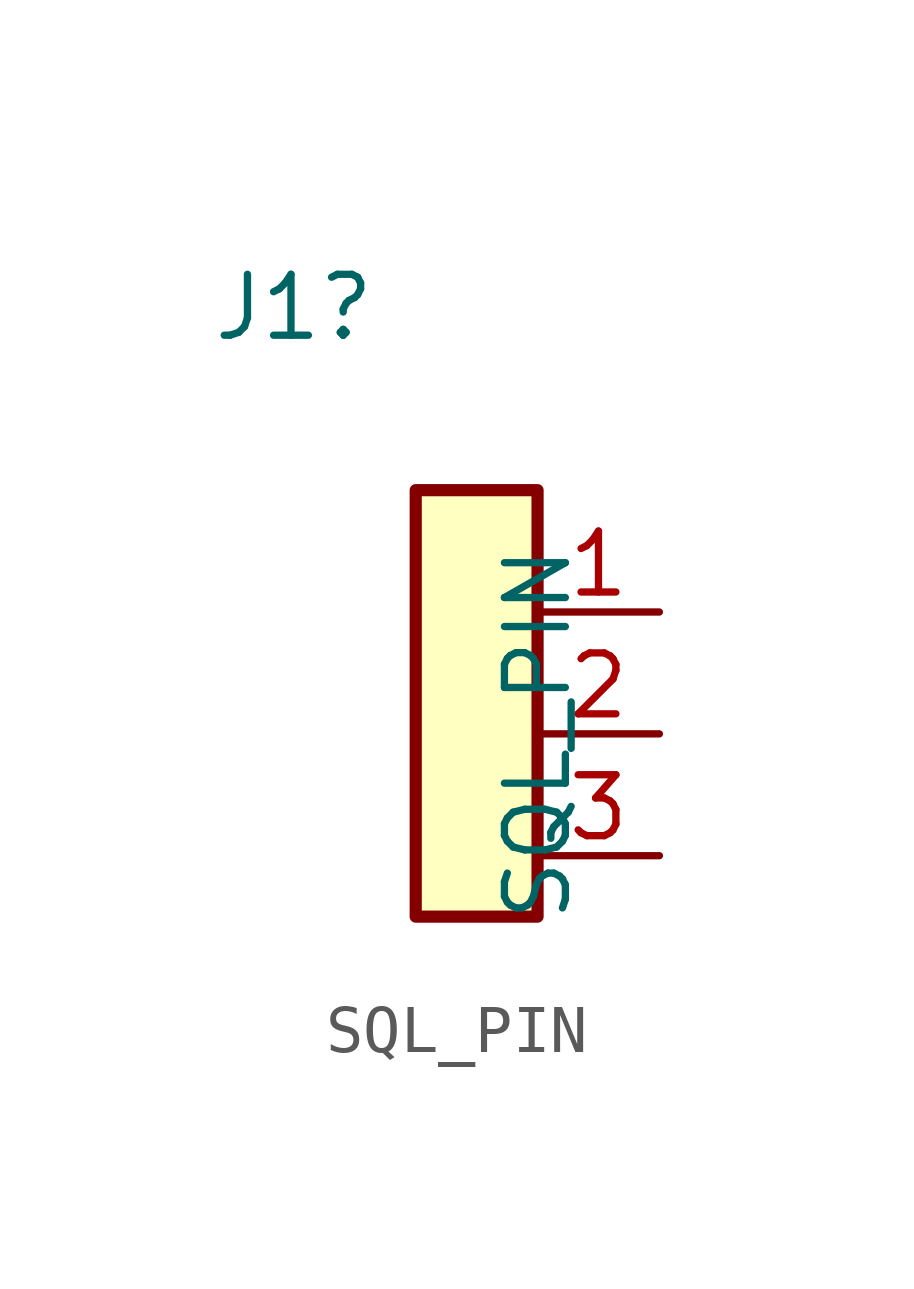
<source format=kicad_sym>
(kicad_symbol_lib
  (version 20211014)
  (generator kicad_symbol_editor)
  (symbol "SQL_PIN"
    (pin_names hide)
    (property "Reference" "J1"
      (at 0 8.89 0)
      (effects (font (size 1.27 1.27))))
    (property "Value" "SQL_PIN"
      (at 5.08 0 90)
      (effects (font (size 1.27 1.27))))
    (symbol "SQL_PIN_0_1"
      (rectangle (start 2.54 5.08) (end 5.08 -3.81) (stroke (width 0.254) (type default) (color 0 0 0 0)) (fill (type background))))
    (symbol "SQL_PIN_1_1"
      (pin passive line (at 7.62 2.54 180) (length 2.54) (name "~" (effects (font (size 1.27 1.27)))) (number "1" (effects (font (size 1.27 1.27)))))
      (pin passive line (at 7.62 0 180) (length 2.54) (name "~" (effects (font (size 1.27 1.27)))) (number "2" (effects (font (size 1.27 1.27)))))
      (pin passive line (at 7.62 -2.54 180) (length 2.54) (name "~" (effects (font (size 1.27 1.27)))) (number "3" (effects (font (size 1.27 1.27))))))))
</source>
